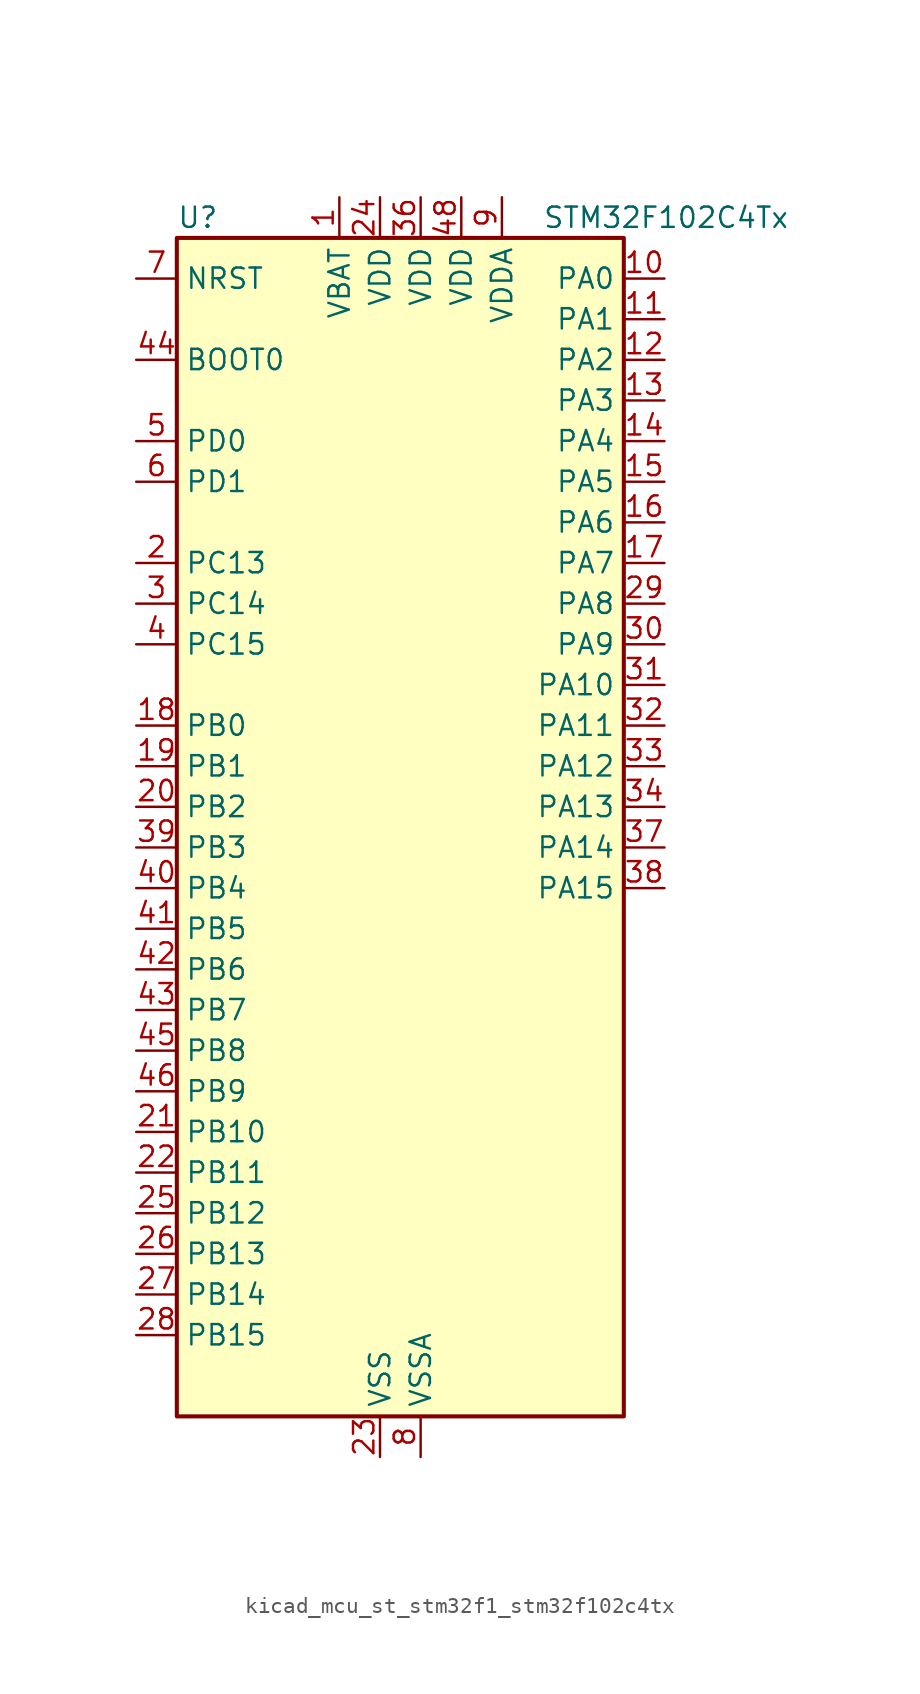
<source format=kicad_sym>
(kicad_symbol_lib
  (version 20220914)
  (generator kicad_symbol_editor)
  (symbol "kicad_mcu_st_stm32f1_stm32f102c4tx"
    (property "Reference" "U"
      (at -12.7 39.37 0)
      (effects (font (size 1.27 1.27)) (justify left)))
    (property "Value" "STM32F102C4Tx"
      (at 10.16 39.37 0)
      (effects (font (size 1.27 1.27)) (justify left)))
    (property "ki_locked" ""
      (at 0 0 0)
      (effects (font (size 1.27 1.27))))
    (symbol "kicad_mcu_st_stm32f1_stm32f102c4tx_0_1"
      (rectangle (start -12.7 -35.56) (end 15.24 38.1) (stroke (width 0.254) (type default)) (fill (type background))))
    (symbol "kicad_mcu_st_stm32f1_stm32f102c4tx_1_1"
      (pin power_in line (at -2.54 40.64 270) (length 2.54) (name "VBAT" (effects (font (size 1.27 1.27)))) (number "1" (effects (font (size 1.27 1.27)))))
      (pin bidirectional line (at 17.78 35.56 180) (length 2.54) (name "PA0" (effects (font (size 1.27 1.27)))) (number "10" (effects (font (size 1.27 1.27)))) (alternate "ADC1_IN0" bidirectional line) (alternate "SYS_WKUP" bidirectional line) (alternate "TIM2_CH1" bidirectional line) (alternate "TIM2_ETR" bidirectional line) (alternate "USART2_CTS" bidirectional line))
      (pin bidirectional line (at 17.78 33.02 180) (length 2.54) (name "PA1" (effects (font (size 1.27 1.27)))) (number "11" (effects (font (size 1.27 1.27)))) (alternate "ADC1_IN1" bidirectional line) (alternate "TIM2_CH2" bidirectional line) (alternate "USART2_RTS" bidirectional line))
      (pin bidirectional line (at 17.78 30.48 180) (length 2.54) (name "PA2" (effects (font (size 1.27 1.27)))) (number "12" (effects (font (size 1.27 1.27)))) (alternate "ADC1_IN2" bidirectional line) (alternate "TIM2_CH3" bidirectional line) (alternate "USART2_TX" bidirectional line))
      (pin bidirectional line (at 17.78 27.94 180) (length 2.54) (name "PA3" (effects (font (size 1.27 1.27)))) (number "13" (effects (font (size 1.27 1.27)))) (alternate "ADC1_IN3" bidirectional line) (alternate "TIM2_CH4" bidirectional line) (alternate "USART2_RX" bidirectional line))
      (pin bidirectional line (at 17.78 25.4 180) (length 2.54) (name "PA4" (effects (font (size 1.27 1.27)))) (number "14" (effects (font (size 1.27 1.27)))) (alternate "ADC1_IN4" bidirectional line) (alternate "SPI1_NSS" bidirectional line) (alternate "USART2_CK" bidirectional line))
      (pin bidirectional line (at 17.78 22.86 180) (length 2.54) (name "PA5" (effects (font (size 1.27 1.27)))) (number "15" (effects (font (size 1.27 1.27)))) (alternate "ADC1_IN5" bidirectional line) (alternate "SPI1_SCK" bidirectional line))
      (pin bidirectional line (at 17.78 20.32 180) (length 2.54) (name "PA6" (effects (font (size 1.27 1.27)))) (number "16" (effects (font (size 1.27 1.27)))) (alternate "ADC1_IN6" bidirectional line) (alternate "SPI1_MISO" bidirectional line) (alternate "TIM3_CH1" bidirectional line))
      (pin bidirectional line (at 17.78 17.78 180) (length 2.54) (name "PA7" (effects (font (size 1.27 1.27)))) (number "17" (effects (font (size 1.27 1.27)))) (alternate "ADC1_IN7" bidirectional line) (alternate "SPI1_MOSI" bidirectional line) (alternate "TIM3_CH2" bidirectional line))
      (pin bidirectional line (at -15.24 7.62 0) (length 2.54) (name "PB0" (effects (font (size 1.27 1.27)))) (number "18" (effects (font (size 1.27 1.27)))) (alternate "ADC1_IN8" bidirectional line) (alternate "TIM3_CH3" bidirectional line))
      (pin bidirectional line (at -15.24 5.08 0) (length 2.54) (name "PB1" (effects (font (size 1.27 1.27)))) (number "19" (effects (font (size 1.27 1.27)))) (alternate "ADC1_IN9" bidirectional line) (alternate "TIM3_CH4" bidirectional line))
      (pin bidirectional line (at -15.24 17.78 0) (length 2.54) (name "PC13" (effects (font (size 1.27 1.27)))) (number "2" (effects (font (size 1.27 1.27)))) (alternate "RTC_OUT" bidirectional line) (alternate "RTC_TAMPER" bidirectional line))
      (pin bidirectional line (at -15.24 2.54 0) (length 2.54) (name "PB2" (effects (font (size 1.27 1.27)))) (number "20" (effects (font (size 1.27 1.27)))))
      (pin bidirectional line (at -15.24 -17.78 0) (length 2.54) (name "PB10" (effects (font (size 1.27 1.27)))) (number "21" (effects (font (size 1.27 1.27)))) (alternate "TIM2_CH3" bidirectional line))
      (pin bidirectional line (at -15.24 -20.32 0) (length 2.54) (name "PB11" (effects (font (size 1.27 1.27)))) (number "22" (effects (font (size 1.27 1.27)))) (alternate "ADC1_EXTI11" bidirectional line) (alternate "TIM2_CH4" bidirectional line))
      (pin power_in line (at 0 -38.1 90) (length 2.54) (name "VSS" (effects (font (size 1.27 1.27)))) (number "23" (effects (font (size 1.27 1.27)))))
      (pin power_in line (at 0 40.64 270) (length 2.54) (name "VDD" (effects (font (size 1.27 1.27)))) (number "24" (effects (font (size 1.27 1.27)))))
      (pin bidirectional line (at -15.24 -22.86 0) (length 2.54) (name "PB12" (effects (font (size 1.27 1.27)))) (number "25" (effects (font (size 1.27 1.27)))))
      (pin bidirectional line (at -15.24 -25.4 0) (length 2.54) (name "PB13" (effects (font (size 1.27 1.27)))) (number "26" (effects (font (size 1.27 1.27)))))
      (pin bidirectional line (at -15.24 -27.94 0) (length 2.54) (name "PB14" (effects (font (size 1.27 1.27)))) (number "27" (effects (font (size 1.27 1.27)))))
      (pin bidirectional line (at -15.24 -30.48 0) (length 2.54) (name "PB15" (effects (font (size 1.27 1.27)))) (number "28" (effects (font (size 1.27 1.27)))) (alternate "ADC1_EXTI15" bidirectional line))
      (pin bidirectional line (at 17.78 15.24 180) (length 2.54) (name "PA8" (effects (font (size 1.27 1.27)))) (number "29" (effects (font (size 1.27 1.27)))) (alternate "RCC_MCO" bidirectional line) (alternate "USART1_CK" bidirectional line))
      (pin bidirectional line (at -15.24 15.24 0) (length 2.54) (name "PC14" (effects (font (size 1.27 1.27)))) (number "3" (effects (font (size 1.27 1.27)))) (alternate "RCC_OSC32_IN" bidirectional line))
      (pin bidirectional line (at 17.78 12.7 180) (length 2.54) (name "PA9" (effects (font (size 1.27 1.27)))) (number "30" (effects (font (size 1.27 1.27)))) (alternate "USART1_TX" bidirectional line))
      (pin bidirectional line (at 17.78 10.16 180) (length 2.54) (name "PA10" (effects (font (size 1.27 1.27)))) (number "31" (effects (font (size 1.27 1.27)))) (alternate "USART1_RX" bidirectional line))
      (pin bidirectional line (at 17.78 7.62 180) (length 2.54) (name "PA11" (effects (font (size 1.27 1.27)))) (number "32" (effects (font (size 1.27 1.27)))) (alternate "ADC1_EXTI11" bidirectional line) (alternate "USART1_CTS" bidirectional line) (alternate "USB_DM" bidirectional line))
      (pin bidirectional line (at 17.78 5.08 180) (length 2.54) (name "PA12" (effects (font (size 1.27 1.27)))) (number "33" (effects (font (size 1.27 1.27)))) (alternate "USART1_RTS" bidirectional line) (alternate "USB_DP" bidirectional line))
      (pin bidirectional line (at 17.78 2.54 180) (length 2.54) (name "PA13" (effects (font (size 1.27 1.27)))) (number "34" (effects (font (size 1.27 1.27)))) (alternate "SYS_JTMS-SWDIO" bidirectional line))
      (pin passive line (at 0 -38.1 90) (length 2.54) hide (name "VSS" (effects (font (size 1.27 1.27)))) (number "35" (effects (font (size 1.27 1.27)))))
      (pin power_in line (at 2.54 40.64 270) (length 2.54) (name "VDD" (effects (font (size 1.27 1.27)))) (number "36" (effects (font (size 1.27 1.27)))))
      (pin bidirectional line (at 17.78 0 180) (length 2.54) (name "PA14" (effects (font (size 1.27 1.27)))) (number "37" (effects (font (size 1.27 1.27)))) (alternate "SYS_JTCK-SWCLK" bidirectional line))
      (pin bidirectional line (at 17.78 -2.54 180) (length 2.54) (name "PA15" (effects (font (size 1.27 1.27)))) (number "38" (effects (font (size 1.27 1.27)))) (alternate "ADC1_EXTI15" bidirectional line) (alternate "SPI1_NSS" bidirectional line) (alternate "SYS_JTDI" bidirectional line) (alternate "TIM2_CH1" bidirectional line) (alternate "TIM2_ETR" bidirectional line))
      (pin bidirectional line (at -15.24 0 0) (length 2.54) (name "PB3" (effects (font (size 1.27 1.27)))) (number "39" (effects (font (size 1.27 1.27)))) (alternate "SPI1_SCK" bidirectional line) (alternate "SYS_JTDO-TRACESWO" bidirectional line) (alternate "TIM2_CH2" bidirectional line))
      (pin bidirectional line (at -15.24 12.7 0) (length 2.54) (name "PC15" (effects (font (size 1.27 1.27)))) (number "4" (effects (font (size 1.27 1.27)))) (alternate "ADC1_EXTI15" bidirectional line) (alternate "RCC_OSC32_OUT" bidirectional line))
      (pin bidirectional line (at -15.24 -2.54 0) (length 2.54) (name "PB4" (effects (font (size 1.27 1.27)))) (number "40" (effects (font (size 1.27 1.27)))) (alternate "SPI1_MISO" bidirectional line) (alternate "SYS_NJTRST" bidirectional line) (alternate "TIM3_CH1" bidirectional line))
      (pin bidirectional line (at -15.24 -5.08 0) (length 2.54) (name "PB5" (effects (font (size 1.27 1.27)))) (number "41" (effects (font (size 1.27 1.27)))) (alternate "I2C1_SMBA" bidirectional line) (alternate "SPI1_MOSI" bidirectional line) (alternate "TIM3_CH2" bidirectional line))
      (pin bidirectional line (at -15.24 -7.62 0) (length 2.54) (name "PB6" (effects (font (size 1.27 1.27)))) (number "42" (effects (font (size 1.27 1.27)))) (alternate "I2C1_SCL" bidirectional line) (alternate "USART1_TX" bidirectional line))
      (pin bidirectional line (at -15.24 -10.16 0) (length 2.54) (name "PB7" (effects (font (size 1.27 1.27)))) (number "43" (effects (font (size 1.27 1.27)))) (alternate "I2C1_SDA" bidirectional line) (alternate "USART1_RX" bidirectional line))
      (pin input line (at -15.24 30.48 0) (length 2.54) (name "BOOT0" (effects (font (size 1.27 1.27)))) (number "44" (effects (font (size 1.27 1.27)))))
      (pin bidirectional line (at -15.24 -12.7 0) (length 2.54) (name "PB8" (effects (font (size 1.27 1.27)))) (number "45" (effects (font (size 1.27 1.27)))) (alternate "I2C1_SCL" bidirectional line))
      (pin bidirectional line (at -15.24 -15.24 0) (length 2.54) (name "PB9" (effects (font (size 1.27 1.27)))) (number "46" (effects (font (size 1.27 1.27)))) (alternate "I2C1_SDA" bidirectional line))
      (pin passive line (at 0 -38.1 90) (length 2.54) hide (name "VSS" (effects (font (size 1.27 1.27)))) (number "47" (effects (font (size 1.27 1.27)))))
      (pin power_in line (at 5.08 40.64 270) (length 2.54) (name "VDD" (effects (font (size 1.27 1.27)))) (number "48" (effects (font (size 1.27 1.27)))))
      (pin bidirectional line (at -15.24 25.4 0) (length 2.54) (name "PD0" (effects (font (size 1.27 1.27)))) (number "5" (effects (font (size 1.27 1.27)))) (alternate "RCC_OSC_IN" bidirectional line))
      (pin bidirectional line (at -15.24 22.86 0) (length 2.54) (name "PD1" (effects (font (size 1.27 1.27)))) (number "6" (effects (font (size 1.27 1.27)))) (alternate "RCC_OSC_OUT" bidirectional line))
      (pin input line (at -15.24 35.56 0) (length 2.54) (name "NRST" (effects (font (size 1.27 1.27)))) (number "7" (effects (font (size 1.27 1.27)))))
      (pin power_in line (at 2.54 -38.1 90) (length 2.54) (name "VSSA" (effects (font (size 1.27 1.27)))) (number "8" (effects (font (size 1.27 1.27)))))
      (pin power_in line (at 7.62 40.64 270) (length 2.54) (name "VDDA" (effects (font (size 1.27 1.27)))) (number "9" (effects (font (size 1.27 1.27))))))))
</source>
